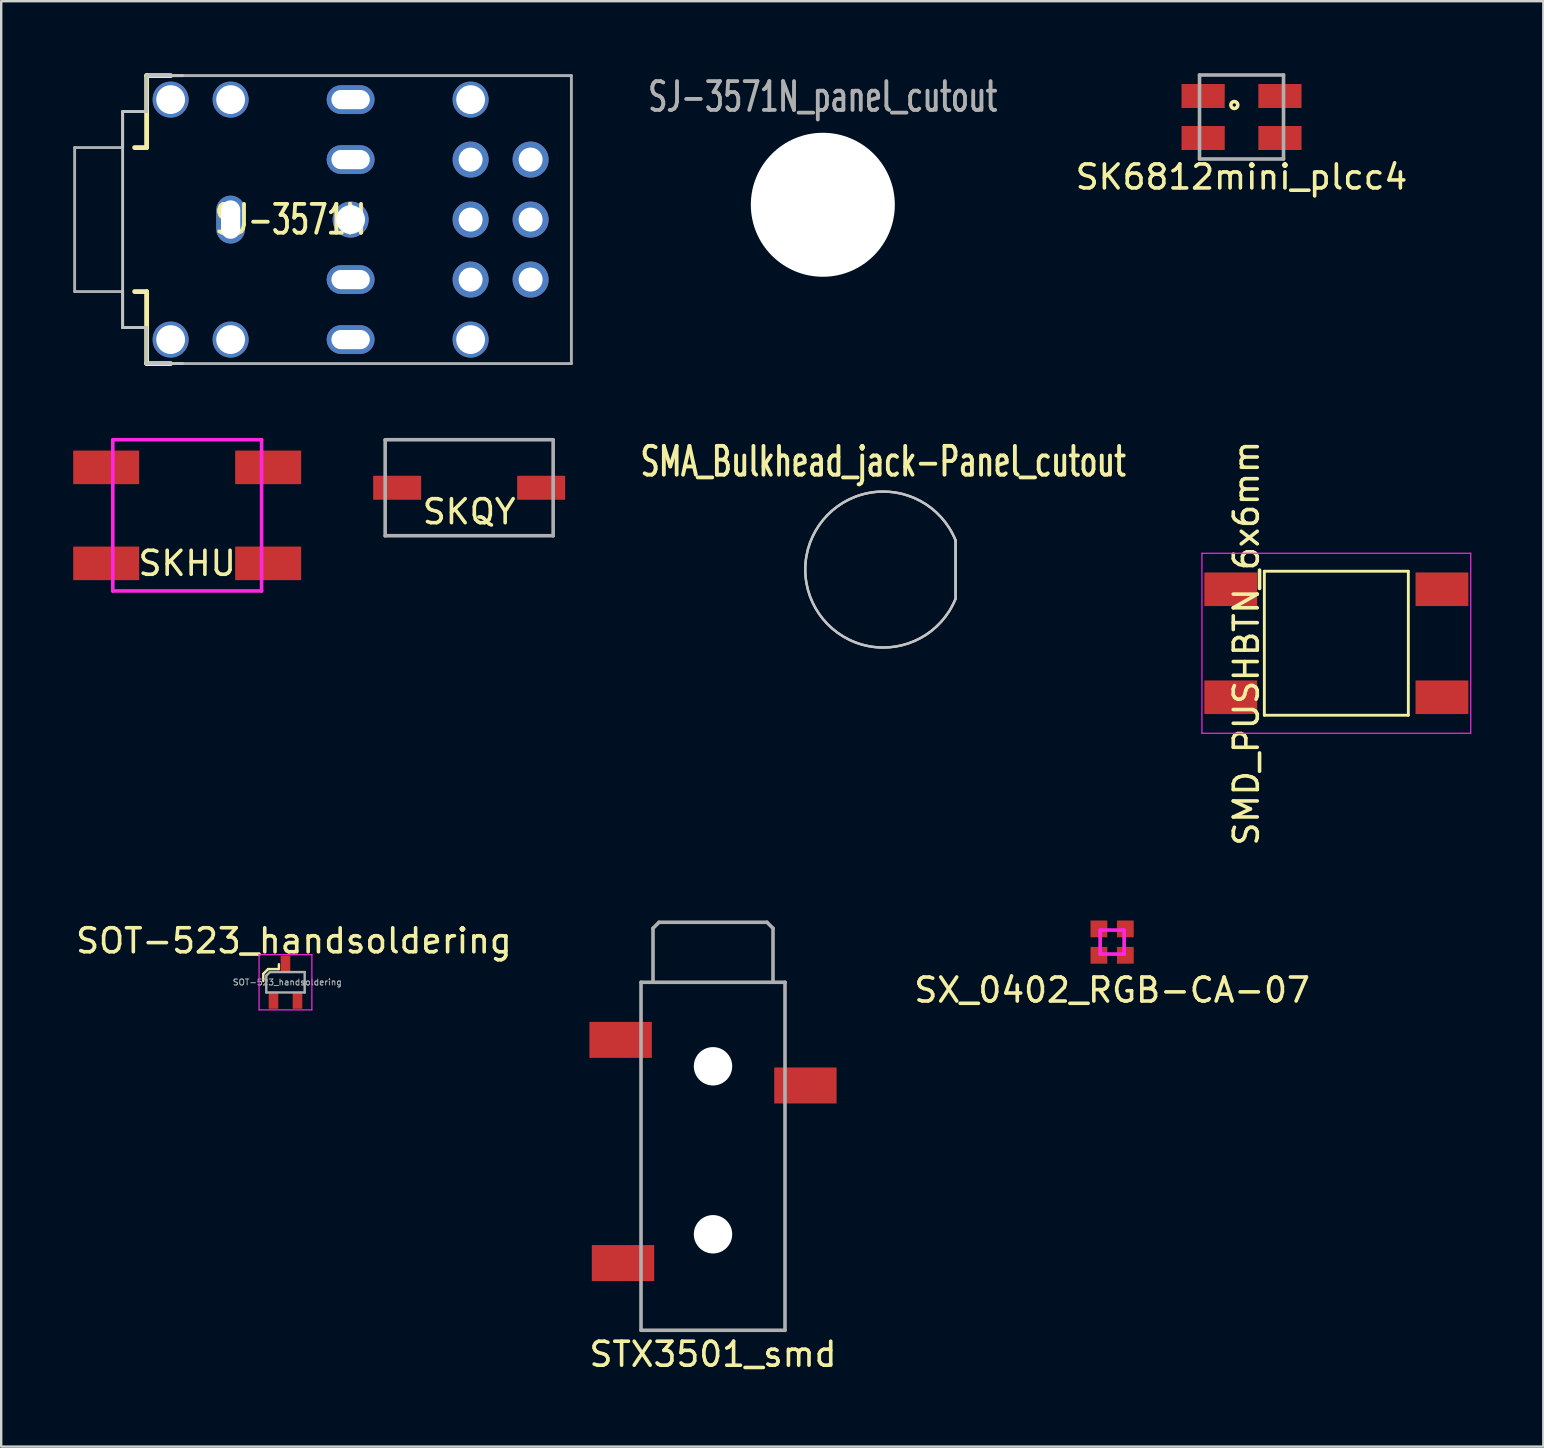
<source format=kicad_pcb>
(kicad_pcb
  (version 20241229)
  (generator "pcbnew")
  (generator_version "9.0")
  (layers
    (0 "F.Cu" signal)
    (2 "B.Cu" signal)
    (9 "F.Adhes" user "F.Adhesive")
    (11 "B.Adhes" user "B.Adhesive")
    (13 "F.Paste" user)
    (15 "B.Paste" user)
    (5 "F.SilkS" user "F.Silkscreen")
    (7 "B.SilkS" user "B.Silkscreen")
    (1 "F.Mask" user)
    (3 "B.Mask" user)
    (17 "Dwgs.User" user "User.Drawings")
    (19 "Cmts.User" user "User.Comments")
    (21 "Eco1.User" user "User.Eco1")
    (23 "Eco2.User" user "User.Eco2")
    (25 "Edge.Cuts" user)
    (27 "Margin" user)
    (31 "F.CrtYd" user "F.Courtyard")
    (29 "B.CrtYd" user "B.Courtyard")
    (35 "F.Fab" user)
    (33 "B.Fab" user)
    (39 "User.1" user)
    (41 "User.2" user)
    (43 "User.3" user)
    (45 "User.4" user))
  (footprint "SJ-3571N_panel_cutout"
    (layer "F.Cu")
    (at 31.237 7.983)
    (property "Reference" "SJ-3571N_panel_cutout" (at 0 -7 0) (layer "F.Fab") (effects (font (size 1.2 0.8) (thickness 0.16))))
    (attr through_hole)
    (pad "" np_thru_hole circle (at 0 -2.5) (size 6 6) (drill 6) (layers "*.Cu" "*.Mask")))
  (footprint "SK6812mini_plcc4"
    (layer "F.Cu")
    (at 48.684 1.825)
    (property "Reference" "SK6812mini_plcc4" (at 0 2.5 0) (layer "F.SilkS") (effects (font (size 1 1) (thickness 0.15))))
    (attr through_hole)
    (fp_circle (center -0.3 -0.5) (end -0.23 -0.5) (stroke (width 0.15) (type solid)) (fill no) (layer "F.SilkS"))
    (fp_line (start -1.75 -1.75) (end 1.75 -1.75) (stroke (width 0.15) (type solid)) (layer "F.Fab"))
    (fp_line (start -1.75 1.75) (end -1.75 -1.75) (stroke (width 0.15) (type solid)) (layer "F.Fab"))
    (fp_line (start 1.75 -1.75) (end 1.75 1.75) (stroke (width 0.15) (type solid)) (layer "F.Fab"))
    (fp_line (start 1.75 1.75) (end -1.75 1.75) (stroke (width 0.15) (type solid)) (layer "F.Fab"))
    (pad "1" smd rect (at -1.6 -0.875) (size 1.8 1) (layers "F.Cu" "F.Mask" "F.Paste"))
    (pad "2" smd rect (at -1.6 0.875) (size 1.8 1) (layers "F.Cu" "F.Mask" "F.Paste"))
    (pad "3" smd rect (at 1.6 0.875) (size 1.8 1) (layers "F.Cu" "F.Mask" "F.Paste"))
    (pad "4" smd rect (at 1.6 -0.875) (size 1.8 1) (layers "F.Cu" "F.Mask" "F.Paste")))
  (footprint "STX3501_smd"
    (layer "F.Cu")
    (at 26.661 41.382)
    (property "Reference" "STX3501_smd" (at 0 12 0) (layer "F.SilkS") (effects (font (size 1 1) (thickness 0.15))))
    (attr through_hole)
    (fp_line (start -3 -3.5) (end 3 -3.5) (stroke (width 0.15) (type solid)) (layer "F.Fab"))
    (fp_line (start -3 11) (end -3 -3.5) (stroke (width 0.15) (type solid)) (layer "F.Fab"))
    (fp_line (start -2.5 -5.75) (end -2.25 -6) (stroke (width 0.15) (type solid)) (layer "F.Fab"))
    (fp_line (start -2.5 -3.5) (end -2.5 -5.75) (stroke (width 0.15) (type solid)) (layer "F.Fab"))
    (fp_line (start -2.25 -6) (end 2.25 -6) (stroke (width 0.15) (type solid)) (layer "F.Fab"))
    (fp_line (start 2.25 -6) (end 2.5 -5.75) (stroke (width 0.15) (type solid)) (layer "F.Fab"))
    (fp_line (start 2.5 -5.75) (end 2.5 -3.5) (stroke (width 0.15) (type solid)) (layer "F.Fab"))
    (fp_line (start 3 -3.5) (end 3 11) (stroke (width 0.15) (type solid)) (layer "F.Fab"))
    (fp_line (start 3 11) (end -3 11) (stroke (width 0.15) (type solid)) (layer "F.Fab"))
    (pad "" np_thru_hole circle (at 0 0) (size 1.6 1.6) (drill 1.6) (layers "*.Cu" "*.Mask"))
    (pad "" np_thru_hole circle (at 0 7) (size 1.6 1.6) (drill 1.6) (layers "*.Cu" "*.Mask"))
    (pad "1" smd rect (at -3.85 -1.1) (size 2.6 1.5) (layers "F.Cu" "F.Mask" "F.Paste"))
    (pad "2" smd rect (at -3.75 8.2) (size 2.6 1.5) (layers "F.Cu" "F.Mask" "F.Paste"))
    (pad "3" smd rect (at 3.85 0.8) (size 2.6 1.5) (layers "F.Cu" "F.Mask" "F.Paste")))
  (footprint "SX_0402_RGB-CA-07"
    (layer "F.Cu")
    (at 43.292 36.207)
    (property "Reference" "SX_0402_RGB-CA-07" (at 0 2 0) (layer "F.SilkS") (effects (font (size 1 1) (thickness 0.15))))
    (attr through_hole)
    (fp_line (start -0.5 -0.5) (end 0.5 -0.5) (stroke (width 0.15) (type solid)) (layer "F.CrtYd"))
    (fp_line (start -0.5 0.5) (end -0.5 -0.5) (stroke (width 0.15) (type solid)) (layer "F.CrtYd"))
    (fp_line (start 0.5 -0.5) (end 0.5 0.5) (stroke (width 0.15) (type solid)) (layer "F.CrtYd"))
    (fp_line (start 0.5 0.5) (end -0.5 0.5) (stroke (width 0.15) (type solid)) (layer "F.CrtYd"))
    (pad "1" smd rect (at 0.55 -0.55) (size 0.7 0.7) (layers "F.Cu" "F.Mask" "F.Paste"))
    (pad "2" smd rect (at 0.55 0.55) (size 0.7 0.7) (layers "F.Cu" "F.Mask" "F.Paste"))
    (pad "3" smd rect (at -0.55 0.55) (size 0.7 0.7) (layers "F.Cu" "F.Mask" "F.Paste"))
    (pad "4" smd rect (at -0.55 -0.55) (size 0.7 0.7) (layers "F.Cu" "F.Mask" "F.Paste")))
  (footprint "SOT-523_handsoldering"
    (layer "F.Cu")
    (at 8.846 37.88)
    (property "Reference" "SOT-523_handsoldering" (at 0.35 -1.725 0) (layer "F.SilkS") (effects (font (size 1 1) (thickness 0.15))))
    (attr smd)
    (fp_line (start -0.925 -0.35) (end -0.725 -0.55) (stroke (width 0.1) (type solid)) (layer "F.SilkS"))
    (fp_line (start -0.925 -0.05) (end -0.925 -0.35) (stroke (width 0.1) (type solid)) (layer "F.SilkS"))
    (fp_line (start -0.725 -0.55) (end -0.275 -0.55) (stroke (width 0.1) (type solid)) (layer "F.SilkS"))
    (fp_line (start -0.275 -0.55) (end -0.275 -0.75) (stroke (width 0.1) (type solid)) (layer "F.SilkS"))
    (fp_line (start -1.1 -1.15) (end -1.1 1.15) (stroke (width 0.05) (type solid)) (layer "F.CrtYd"))
    (fp_line (start -1.1 -1.15) (end 1.1 -1.15) (stroke (width 0.05) (type solid)) (layer "F.CrtYd"))
    (fp_line (start -1.1 1.15) (end 1.1 1.15) (stroke (width 0.05) (type solid)) (layer "F.CrtYd"))
    (fp_line (start 1.1 -1.15) (end 1.1 1.15) (stroke (width 0.05) (type solid)) (layer "F.CrtYd"))
    (fp_line (start -0.8 -0.275) (end -0.8 0.425) (stroke (width 0.1) (type solid)) (layer "F.Fab"))
    (fp_line (start -0.65 -0.425) (end -0.8 -0.275) (stroke (width 0.1) (type solid)) (layer "F.Fab"))
    (fp_line (start 0.8 -0.425) (end -0.65 -0.425) (stroke (width 0.1) (type solid)) (layer "F.Fab"))
    (fp_line (start 0.8 -0.425) (end 0.8 0.425) (stroke (width 0.1) (type solid)) (layer "F.Fab"))
    (fp_line (start 0.8 0.425) (end -0.8 0.425) (stroke (width 0.1) (type solid)) (layer "F.Fab"))
    (fp_text user "${REFERENCE}" (at 0.075 0.00024 0) (layer "F.Fab") (effects (font (size 0.25 0.25) (thickness 0.04))))
    (pad "1" smd rect (at -0.5 0.75) (size 0.4 0.71) (layers "F.Cu" "F.Mask" "F.Paste"))
    (pad "2" smd rect (at 0.5 0.75) (size 0.4 0.71) (layers "F.Cu" "F.Mask" "F.Paste"))
    (pad "3" smd rect (at 0 -0.75) (size 0.4 0.71) (layers "F.Cu" "F.Mask" "F.Paste")))
  (footprint "SJ-3571N"
    (layer "F.Cu")
    (at 11.56 6.1)
    (property "Reference" "SJ-3571N" (at -2.5 0 180) (layer "F.SilkS") (effects (font (size 1.2 0.8) (thickness 0.16))))
    (attr through_hole)
    (fp_line (start -9 3) (end -8.5 3) (stroke (width 0.2) (type solid)) (layer "F.SilkS"))
    (fp_line (start -8.5 -6) (end -7.5 -6) (stroke (width 0.2) (type solid)) (layer "F.SilkS"))
    (fp_line (start -8.5 -3) (end -9 -3) (stroke (width 0.2) (type solid)) (layer "F.SilkS"))
    (fp_line (start -8.5 -3) (end -8.5 -6) (stroke (width 0.2) (type solid)) (layer "F.SilkS"))
    (fp_line (start -8.5 6) (end -8.5 3) (stroke (width 0.2) (type solid)) (layer "F.SilkS"))
    (fp_line (start -7.5 6) (end -8.5 6) (stroke (width 0.2) (type solid)) (layer "F.SilkS"))
    (fp_line (start -9.5 -4.5) (end -9.5 4.5) (stroke (width 0.12) (type solid)) (layer "Dwgs.User"))
    (fp_line (start -9.5 4.5) (end -8.5 4.5) (stroke (width 0.12) (type solid)) (layer "Dwgs.User"))
    (fp_line (start -8.5 -6) (end -8.5 -4.5) (stroke (width 0.12) (type solid)) (layer "Dwgs.User"))
    (fp_line (start -8.5 -4.5) (end -9.5 -4.5) (stroke (width 0.12) (type solid)) (layer "Dwgs.User"))
    (fp_line (start -8.5 4.5) (end -8.5 6) (stroke (width 0.12) (type solid)) (layer "Dwgs.User"))
    (fp_line (start -8.5 6) (end -7 6) (stroke (width 0.12) (type solid)) (layer "Dwgs.User"))
    (fp_line (start -7 -6) (end -8.5 -6) (stroke (width 0.12) (type solid)) (layer "Dwgs.User"))
    (fp_line (start -11.5 -3) (end -9.5 -3) (stroke (width 0.12) (type solid)) (layer "F.Fab"))
    (fp_line (start -11.5 3) (end -11.5 -3) (stroke (width 0.12) (type solid)) (layer "F.Fab"))
    (fp_line (start -9.5 -4.5) (end -8.5 -4.5) (stroke (width 0.12) (type solid)) (layer "F.Fab"))
    (fp_line (start -9.5 -3) (end -9.5 -4.5) (stroke (width 0.12) (type solid)) (layer "F.Fab"))
    (fp_line (start -9.5 3) (end -11.5 3) (stroke (width 0.12) (type solid)) (layer "F.Fab"))
    (fp_line (start -9.5 4.5) (end -9.5 3) (stroke (width 0.12) (type solid)) (layer "F.Fab"))
    (fp_line (start -8.5 -6) (end 9.2 -6) (stroke (width 0.12) (type solid)) (layer "F.Fab"))
    (fp_line (start -8.5 -4.5) (end -8.5 -6) (stroke (width 0.12) (type solid)) (layer "F.Fab"))
    (fp_line (start -8.5 4.5) (end -9.5 4.5) (stroke (width 0.12) (type solid)) (layer "F.Fab"))
    (fp_line (start -8.5 6) (end -8.5 4.5) (stroke (width 0.12) (type solid)) (layer "F.Fab"))
    (fp_line (start 9.2 -6) (end 9.2 6) (stroke (width 0.12) (type solid)) (layer "F.Fab"))
    (fp_line (start 9.2 6) (end -8.5 6) (stroke (width 0.12) (type solid)) (layer "F.Fab"))
    (pad "0" thru_hole circle (at -7.5 -5) (size 1.5 1.5) (drill 1.2) (layers "*.Cu" "*.Mask"))
    (pad "0" thru_hole circle (at -7.5 5) (size 1.5 1.5) (drill 1.2) (layers "*.Cu" "*.Mask"))
    (pad "0" thru_hole circle (at -5 -5) (size 1.5 1.5) (drill 1.2) (layers "*.Cu" "*.Mask"))
    (pad "0" thru_hole circle (at -5 5) (size 1.5 1.5) (drill 1.2) (layers "*.Cu" "*.Mask"))
    (pad "0" thru_hole circle (at 0 0) (size 1.5 1.5) (drill 1.2) (layers "*.Cu" "*.Mask"))
    (pad "0" thru_hole circle (at 5 -5) (size 1.5 1.5) (drill 1.2) (layers "*.Cu" "*.Mask"))
    (pad "0" thru_hole circle (at 5 5) (size 1.5 1.5) (drill 1.2) (layers "*.Cu" "*.Mask"))
    (pad "1" thru_hole roundrect (at -5 0 90) (size 2 1.2) (drill oval 1.6 0.8) (layers "*.Cu" "*.Mask") (roundrect_rratio 0.5))
    (pad "2" thru_hole roundrect (at 0 5) (size 2 1.2) (drill oval 1.6 0.8) (layers "*.Cu" "*.Mask") (roundrect_rratio 0.5))
    (pad "3" thru_hole roundrect (at 0 -5) (size 2 1.2) (drill oval 1.6 0.8) (layers "*.Cu" "*.Mask") (roundrect_rratio 0.5))
    (pad "4" thru_hole circle (at 5 -2.5) (size 1.5 1.5) (drill 1) (layers "*.Cu" "*.Mask"))
    (pad "5" thru_hole circle (at 5 0) (size 1.5 1.5) (drill 1) (layers "*.Cu" "*.Mask"))
    (pad "6" thru_hole circle (at 5 2.5) (size 1.5 1.5) (drill 1) (layers "*.Cu" "*.Mask"))
    (pad "7" thru_hole circle (at 7.5 -2.5) (size 1.5 1.5) (drill 1) (layers "*.Cu" "*.Mask"))
    (pad "8" thru_hole circle (at 7.5 0) (size 1.5 1.5) (drill 1) (layers "*.Cu" "*.Mask"))
    (pad "9" thru_hole circle (at 7.5 2.5) (size 1.5 1.5) (drill 1) (layers "*.Cu" "*.Mask"))
    (pad "10" thru_hole roundrect (at 0 2.5) (size 2 1.2) (drill oval 1.6 0.8) (layers "*.Cu" "*.Mask") (roundrect_rratio 0.5))
    (pad "11" thru_hole roundrect (at 0 -2.5) (size 2 1.2) (drill oval 1.6 0.8) (layers "*.Cu" "*.Mask") (roundrect_rratio 0.5)))
  (footprint "SMD_PUSHBTN_6x6mm"
    (layer "F.Cu")
    (at 52.635 23.754)
    (property "Reference" "SMD_PUSHBTN_6x6mm" (at -3.75 0 90) (layer "F.SilkS") (effects (font (size 1 1) (thickness 0.15))))
    (attr smd)
    (fp_line (start -3 -3) (end 3 -3) (stroke (width 0.12) (type solid)) (layer "F.SilkS"))
    (fp_line (start -3 3) (end -3 -3) (stroke (width 0.12) (type solid)) (layer "F.SilkS"))
    (fp_line (start 3 -3) (end 3 3) (stroke (width 0.12) (type solid)) (layer "F.SilkS"))
    (fp_line (start 3 3) (end -3 3) (stroke (width 0.12) (type solid)) (layer "F.SilkS"))
    (fp_line (start -5.6 -3.75) (end 5.6 -3.75) (stroke (width 0.05) (type solid)) (layer "F.CrtYd"))
    (fp_line (start -5.6 3.75) (end -5.6 -3.75) (stroke (width 0.05) (type solid)) (layer "F.CrtYd"))
    (fp_line (start 5.6 -3.75) (end 5.6 3.75) (stroke (width 0.05) (type solid)) (layer "F.CrtYd"))
    (fp_line (start 5.6 3.75) (end -5.6 3.75) (stroke (width 0.05) (type solid)) (layer "F.CrtYd"))
    (pad "1" smd rect (at -4.4 2.25) (size 2.2 1.4) (layers "F.Cu" "F.Mask" "F.Paste"))
    (pad "2" smd rect (at 4.4 2.25) (size 2.2 1.4) (layers "F.Cu" "F.Mask" "F.Paste"))
    (pad "3" smd rect (at -4.4 -2.25) (size 2.2 1.4) (layers "F.Cu" "F.Mask" "F.Paste"))
    (pad "4" smd rect (at 4.4 -2.25) (size 2.2 1.4) (layers "F.Cu" "F.Mask" "F.Paste")))
  (footprint "SMA_Bulkhead_jack-Panel_cutout"
    (layer "F.Cu")
    (at 33.755 20.683)
    (property "Reference" "SMA_Bulkhead_jack-Panel_cutout" (at 0 -4.5 0) (layer "F.SilkS") (effects (font (size 1.2 0.8) (thickness 0.16))))
    (attr through_hole)
    (fp_line (start 3.013 1.218) (end 3.013 -1.218) (stroke (width 0.1) (type solid)) (layer "Dwgs.User"))
    (fp_arc (start 3.013 1.2175) (mid -3.249688 -0.000157) (end 3.013117 -1.217209) (stroke (width 0.1) (type solid)) (layer "Dwgs.User"))
    (fp_line (start 3.013 1.218) (end 3.013 -1.217) (stroke (width 0.1) (type solid)) (layer "Edge.Cuts"))
    (fp_arc (start 3.013 1.2175) (mid -3.249688 -0.000157) (end 3.013117 -1.217209) (stroke (width 0.1) (type solid)) (layer "Edge.Cuts")))
  (footprint "SKQY"
    (layer "F.Cu")
    (at 16.5 17.275)
    (property "Reference" "SKQY" (at 0 1 0) (layer "F.SilkS") (effects (font (size 1 1) (thickness 0.15))))
    (attr through_hole)
    (fp_line (start -3.5 -2) (end 3.5 -2) (stroke (width 0.15) (type solid)) (layer "F.Fab"))
    (fp_line (start -3.5 2) (end -3.5 -2) (stroke (width 0.15) (type solid)) (layer "F.Fab"))
    (fp_line (start 3.5 -2) (end 3.5 2) (stroke (width 0.15) (type solid)) (layer "F.Fab"))
    (fp_line (start 3.5 2) (end -3.5 2) (stroke (width 0.15) (type solid)) (layer "F.Fab"))
    (pad "1" smd rect (at -3 0) (size 2 1) (layers "F.Cu" "F.Mask" "F.Paste"))
    (pad "2" smd rect (at 3 0) (size 2 1) (layers "F.Cu" "F.Mask" "F.Paste")))
  (footprint "SKHU"
    (layer "F.Cu")
    (at 4.75 18.425)
    (property "Reference" "SKHU" (at 0 2 0) (layer "F.SilkS") (effects (font (size 1 1) (thickness 0.15))))
    (attr through_hole)
    (fp_line (start -3.1 -3.15) (end 3.1 -3.15) (stroke (width 0.15) (type solid)) (layer "F.CrtYd"))
    (fp_line (start -3.1 3.15) (end -3.1 -3.15) (stroke (width 0.15) (type solid)) (layer "F.CrtYd"))
    (fp_line (start 3.1 -3.15) (end 3.1 3.15) (stroke (width 0.15) (type solid)) (layer "F.CrtYd"))
    (fp_line (start 3.1 3.15) (end -3.1 3.15) (stroke (width 0.15) (type solid)) (layer "F.CrtYd"))
    (pad "1" smd rect (at -3.375 -2) (size 2.75 1.4) (layers "F.Cu" "F.Mask" "F.Paste"))
    (pad "2" smd rect (at 3.375 -2) (size 2.75 1.4) (layers "F.Cu" "F.Mask" "F.Paste"))
    (pad "3" smd rect (at -3.375 2) (size 2.75 1.4) (layers "F.Cu" "F.Mask" "F.Paste"))
    (pad "4" smd rect (at 3.375 2) (size 2.75 1.4) (layers "F.Cu" "F.Mask" "F.Paste")))
  (gr_rect
    (start -3 -3)
    (end 61.26 57.23)
    (stroke (width 0.1) (type default))
    (fill no)
    (layer "Edge.Cuts")))
</source>
